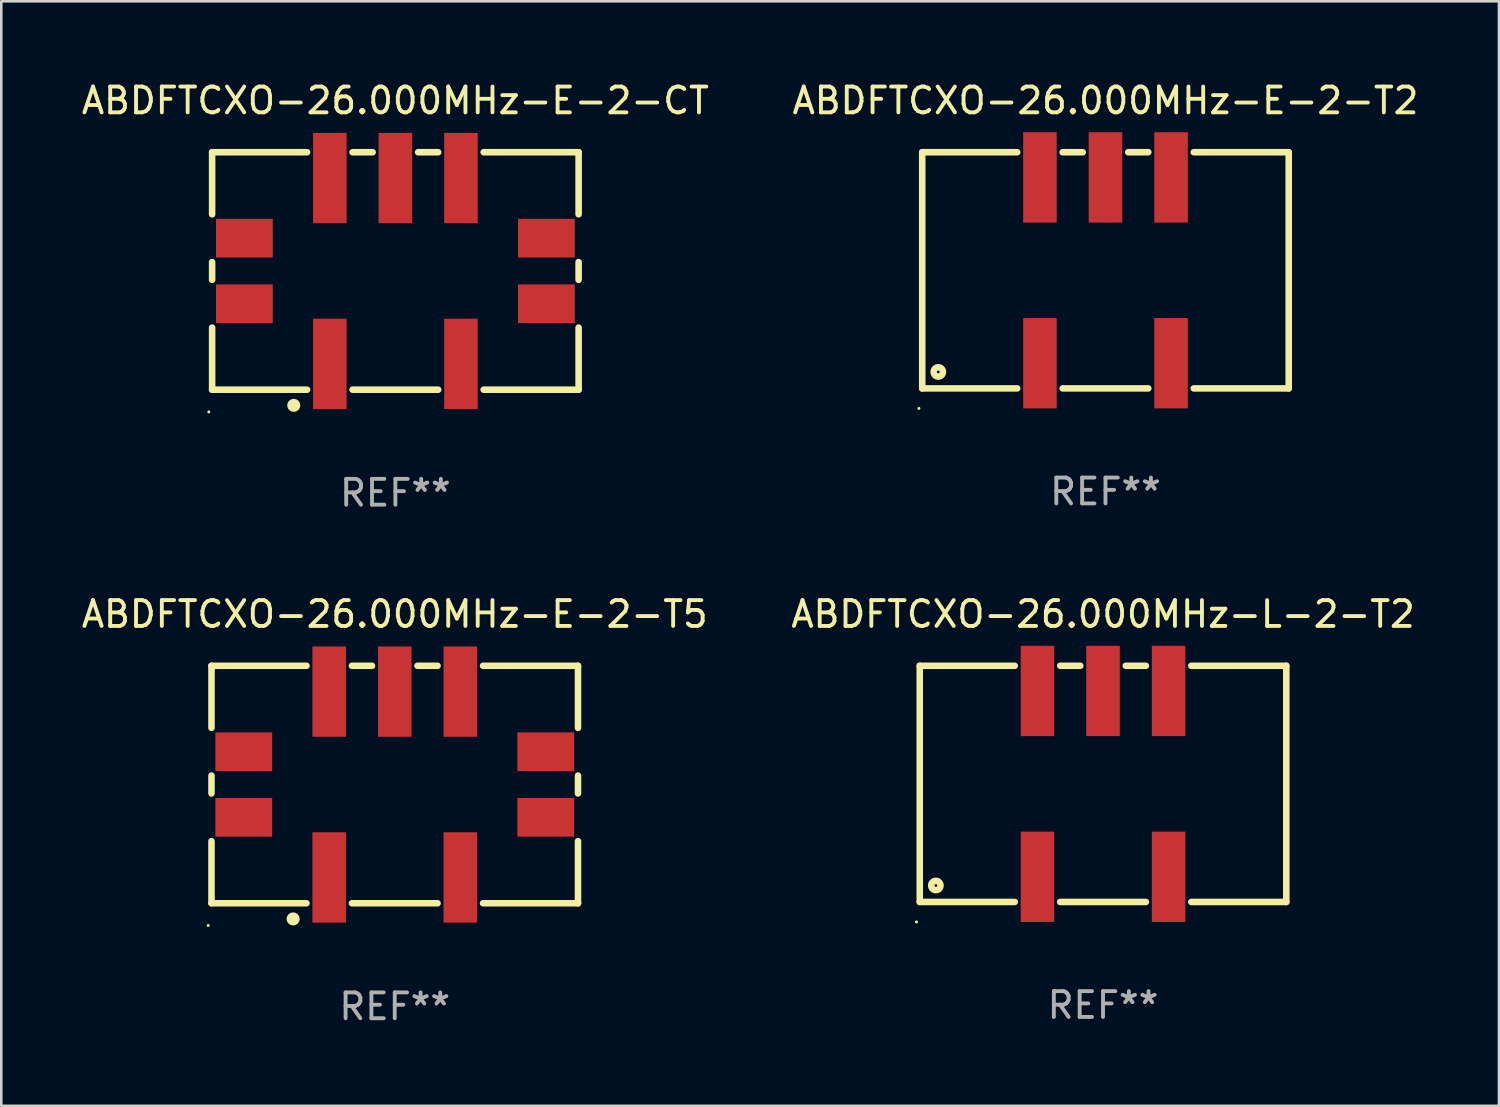
<source format=kicad_pcb>
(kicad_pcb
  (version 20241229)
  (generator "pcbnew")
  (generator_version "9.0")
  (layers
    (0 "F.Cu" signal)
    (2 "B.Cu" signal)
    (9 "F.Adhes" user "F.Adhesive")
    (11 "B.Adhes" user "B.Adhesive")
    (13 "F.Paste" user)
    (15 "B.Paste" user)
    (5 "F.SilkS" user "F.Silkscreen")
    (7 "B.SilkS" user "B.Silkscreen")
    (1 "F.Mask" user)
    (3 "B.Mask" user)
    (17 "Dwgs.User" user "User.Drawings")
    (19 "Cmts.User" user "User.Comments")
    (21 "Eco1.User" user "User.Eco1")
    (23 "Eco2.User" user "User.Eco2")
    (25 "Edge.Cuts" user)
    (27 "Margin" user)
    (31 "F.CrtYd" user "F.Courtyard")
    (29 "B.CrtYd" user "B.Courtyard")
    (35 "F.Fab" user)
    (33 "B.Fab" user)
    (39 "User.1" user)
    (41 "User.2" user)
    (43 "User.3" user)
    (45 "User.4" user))
  (footprint "ABDFTCXO-26.000MHz-E-2-CT"
    (layer "F.Cu")
    (at 12.268 7.448)
    (property "Reference" "ABDFTCXO-26.000MHz-E-2-CT" (at 0 -6.6 0) (layer "F.SilkS") (effects (font (size 1 1) (thickness 0.15))))
    (attr through_hole)
    (fp_line (start -7.1 -4.6) (end -7.1 -2.195) (stroke (width 0.254) (type solid)) (layer "F.SilkS"))
    (fp_line (start -7.1 -4.6) (end -3.421 -4.6) (stroke (width 0.254) (type solid)) (layer "F.SilkS"))
    (fp_line (start -7.1 -0.345) (end -7.1 0.345) (stroke (width 0.254) (type solid)) (layer "F.SilkS"))
    (fp_line (start -7.1 2.195) (end -7.1 4.6) (stroke (width 0.254) (type solid)) (layer "F.SilkS"))
    (fp_line (start -7.1 4.6) (end -3.421 4.6) (stroke (width 0.254) (type solid)) (layer "F.SilkS"))
    (fp_line (start -1.659 -4.6) (end -0.881 -4.6) (stroke (width 0.254) (type solid)) (layer "F.SilkS"))
    (fp_line (start -1.659 4.6) (end 1.659 4.6) (stroke (width 0.254) (type solid)) (layer "F.SilkS"))
    (fp_line (start 0.881 -4.6) (end 1.659 -4.6) (stroke (width 0.254) (type solid)) (layer "F.SilkS"))
    (fp_line (start 3.421 -4.6) (end 7.1 -4.6) (stroke (width 0.254) (type solid)) (layer "F.SilkS"))
    (fp_line (start 3.421 4.6) (end 7.1 4.6) (stroke (width 0.254) (type solid)) (layer "F.SilkS"))
    (fp_line (start 7.1 -4.6) (end 7.1 -2.195) (stroke (width 0.254) (type solid)) (layer "F.SilkS"))
    (fp_line (start 7.1 -0.345) (end 7.1 0.345) (stroke (width 0.254) (type solid)) (layer "F.SilkS"))
    (fp_line (start 7.1 2.195) (end 7.1 4.6) (stroke (width 0.254) (type solid)) (layer "F.SilkS"))
    (fp_circle (center -7.227 5.461) (end -7.197 5.461) (stroke (width 0.06) (type solid)) (fill no) (layer "F.SilkS"))
    (fp_circle (center -3.937 5.207) (end -3.81 5.207) (stroke (width 0.254) (type solid)) (fill no) (layer "F.SilkS"))
    (fp_text user "REF**" (at 0 8.6 0) (layer "F.Fab") (effects (font (size 1 1) (thickness 0.15))))
    (pad "1" smd rect (at -2.54 3.6) (size 1.3 3.5) (layers "F.Cu" "F.Mask" "F.Paste"))
    (pad "2" smd rect (at 2.54 3.6) (size 1.3 3.5) (layers "F.Cu" "F.Mask" "F.Paste"))
    (pad "3" smd rect (at 2.54 -3.6) (size 1.3 3.5) (layers "F.Cu" "F.Mask" "F.Paste"))
    (pad "4" smd rect (at 0 -3.6) (size 1.3 3.5) (layers "F.Cu" "F.Mask" "F.Paste"))
    (pad "5" smd rect (at -2.54 -3.6) (size 1.3 3.5) (layers "F.Cu" "F.Mask" "F.Paste"))
    (pad "6" smd rect (at 5.85 1.27 90) (size 1.5 2.2) (layers "F.Cu" "F.Mask" "F.Paste"))
    (pad "7" smd rect (at 5.85 -1.27 90) (size 1.5 2.2) (layers "F.Cu" "F.Mask" "F.Paste"))
    (pad "8" smd rect (at -5.85 -1.27 90) (size 1.5 2.2) (layers "F.Cu" "F.Mask" "F.Paste"))
    (pad "9" smd rect (at -5.85 1.27 90) (size 1.5 2.2) (layers "F.Cu" "F.Mask" "F.Paste")))
  (footprint "ABDFTCXO-26.000MHz-L-2-T2"
    (layer "F.Cu")
    (at 39.685 27.32)
    (property "Reference" "ABDFTCXO-26.000MHz-L-2-T2" (at 0 -6.575 0) (layer "F.SilkS") (effects (font (size 1 1) (thickness 0.15))))
    (attr through_hole)
    (fp_line (start -7.1 -4.575) (end -7.1 4.575) (stroke (width 0.254) (type solid)) (layer "F.SilkS"))
    (fp_line (start -7.1 -4.575) (end -3.421 -4.575) (stroke (width 0.254) (type solid)) (layer "F.SilkS"))
    (fp_line (start -7.1 4.575) (end -3.421 4.575) (stroke (width 0.254) (type solid)) (layer "F.SilkS"))
    (fp_line (start -1.659 -4.575) (end -0.881 -4.575) (stroke (width 0.254) (type solid)) (layer "F.SilkS"))
    (fp_line (start -1.659 4.575) (end 1.659 4.575) (stroke (width 0.254) (type solid)) (layer "F.SilkS"))
    (fp_line (start 0.881 -4.575) (end 1.659 -4.575) (stroke (width 0.254) (type solid)) (layer "F.SilkS"))
    (fp_line (start 3.421 -4.575) (end 7.1 -4.575) (stroke (width 0.254) (type solid)) (layer "F.SilkS"))
    (fp_line (start 3.421 4.575) (end 7.1 4.575) (stroke (width 0.254) (type solid)) (layer "F.SilkS"))
    (fp_line (start 7.1 -4.575) (end 7.1 4.575) (stroke (width 0.254) (type solid)) (layer "F.SilkS"))
    (fp_circle (center -7.227 5.35) (end -7.197 5.35) (stroke (width 0.06) (type solid)) (fill no) (layer "F.SilkS"))
    (fp_circle (center -6.477 3.937) (end -6.297 3.937) (stroke (width 0.254) (type solid)) (fill no) (layer "F.SilkS"))
    (fp_text user "REF**" (at 0 8.575 0) (layer "F.Fab") (effects (font (size 1 1) (thickness 0.15))))
    (pad "1" smd rect (at -2.54 3.6) (size 1.3 3.5) (layers "F.Cu" "F.Mask" "F.Paste"))
    (pad "2" smd rect (at 2.54 3.6) (size 1.3 3.5) (layers "F.Cu" "F.Mask" "F.Paste"))
    (pad "3" smd rect (at 2.54 -3.6) (size 1.3 3.5) (layers "F.Cu" "F.Mask" "F.Paste"))
    (pad "4" smd rect (at 0 -3.6) (size 1.3 3.5) (layers "F.Cu" "F.Mask" "F.Paste"))
    (pad "5" smd rect (at -2.54 -3.6) (size 1.3 3.5) (layers "F.Cu" "F.Mask" "F.Paste")))
  (footprint "ABDFTCXO-26.000MHz-E-2-T5"
    (layer "F.Cu")
    (at 12.244 27.345)
    (property "Reference" "ABDFTCXO-26.000MHz-E-2-T5" (at 0 -6.6 0) (layer "F.SilkS") (effects (font (size 1 1) (thickness 0.15))))
    (attr through_hole)
    (fp_line (start -7.1 -4.6) (end -7.1 -2.195) (stroke (width 0.254) (type solid)) (layer "F.SilkS"))
    (fp_line (start -7.1 -4.6) (end -3.421 -4.6) (stroke (width 0.254) (type solid)) (layer "F.SilkS"))
    (fp_line (start -7.1 -0.345) (end -7.1 0.345) (stroke (width 0.254) (type solid)) (layer "F.SilkS"))
    (fp_line (start -7.1 2.195) (end -7.1 4.6) (stroke (width 0.254) (type solid)) (layer "F.SilkS"))
    (fp_line (start -7.1 4.6) (end -3.421 4.6) (stroke (width 0.254) (type solid)) (layer "F.SilkS"))
    (fp_line (start -1.659 -4.6) (end -0.881 -4.6) (stroke (width 0.254) (type solid)) (layer "F.SilkS"))
    (fp_line (start -1.659 4.6) (end 1.659 4.6) (stroke (width 0.254) (type solid)) (layer "F.SilkS"))
    (fp_line (start 0.881 -4.6) (end 1.659 -4.6) (stroke (width 0.254) (type solid)) (layer "F.SilkS"))
    (fp_line (start 3.421 -4.6) (end 7.1 -4.6) (stroke (width 0.254) (type solid)) (layer "F.SilkS"))
    (fp_line (start 3.421 4.6) (end 7.1 4.6) (stroke (width 0.254) (type solid)) (layer "F.SilkS"))
    (fp_line (start 7.1 -4.6) (end 7.1 -2.195) (stroke (width 0.254) (type solid)) (layer "F.SilkS"))
    (fp_line (start 7.1 -0.345) (end 7.1 0.345) (stroke (width 0.254) (type solid)) (layer "F.SilkS"))
    (fp_line (start 7.1 2.195) (end 7.1 4.6) (stroke (width 0.254) (type solid)) (layer "F.SilkS"))
    (fp_circle (center -7.227 5.461) (end -7.197 5.461) (stroke (width 0.06) (type solid)) (fill no) (layer "F.SilkS"))
    (fp_circle (center -3.937 5.207) (end -3.81 5.207) (stroke (width 0.254) (type solid)) (fill no) (layer "F.SilkS"))
    (fp_text user "REF**" (at 0 8.6 0) (layer "F.Fab") (effects (font (size 1 1) (thickness 0.15))))
    (pad "1" smd rect (at -2.54 3.6) (size 1.3 3.5) (layers "F.Cu" "F.Mask" "F.Paste"))
    (pad "2" smd rect (at 2.54 3.6) (size 1.3 3.5) (layers "F.Cu" "F.Mask" "F.Paste"))
    (pad "3" smd rect (at 2.54 -3.6) (size 1.3 3.5) (layers "F.Cu" "F.Mask" "F.Paste"))
    (pad "4" smd rect (at 0 -3.6) (size 1.3 3.5) (layers "F.Cu" "F.Mask" "F.Paste"))
    (pad "5" smd rect (at -2.54 -3.6) (size 1.3 3.5) (layers "F.Cu" "F.Mask" "F.Paste"))
    (pad "6" smd rect (at 5.85 1.27 90) (size 1.5 2.2) (layers "F.Cu" "F.Mask" "F.Paste"))
    (pad "7" smd rect (at 5.85 -1.27 90) (size 1.5 2.2) (layers "F.Cu" "F.Mask" "F.Paste"))
    (pad "8" smd rect (at -5.85 -1.27 90) (size 1.5 2.2) (layers "F.Cu" "F.Mask" "F.Paste"))
    (pad "9" smd rect (at -5.85 1.27 90) (size 1.5 2.2) (layers "F.Cu" "F.Mask" "F.Paste")))
  (footprint "ABDFTCXO-26.000MHz-E-2-T2"
    (layer "F.Cu")
    (at 39.78 7.423)
    (property "Reference" "ABDFTCXO-26.000MHz-E-2-T2" (at 0 -6.575 0) (layer "F.SilkS") (effects (font (size 1 1) (thickness 0.15))))
    (attr through_hole)
    (fp_line (start -7.1 -4.575) (end -7.1 4.575) (stroke (width 0.254) (type solid)) (layer "F.SilkS"))
    (fp_line (start -7.1 -4.575) (end -3.421 -4.575) (stroke (width 0.254) (type solid)) (layer "F.SilkS"))
    (fp_line (start -7.1 4.575) (end -3.421 4.575) (stroke (width 0.254) (type solid)) (layer "F.SilkS"))
    (fp_line (start -1.659 -4.575) (end -0.881 -4.575) (stroke (width 0.254) (type solid)) (layer "F.SilkS"))
    (fp_line (start -1.659 4.575) (end 1.659 4.575) (stroke (width 0.254) (type solid)) (layer "F.SilkS"))
    (fp_line (start 0.881 -4.575) (end 1.659 -4.575) (stroke (width 0.254) (type solid)) (layer "F.SilkS"))
    (fp_line (start 3.421 -4.575) (end 7.1 -4.575) (stroke (width 0.254) (type solid)) (layer "F.SilkS"))
    (fp_line (start 3.421 4.575) (end 7.1 4.575) (stroke (width 0.254) (type solid)) (layer "F.SilkS"))
    (fp_line (start 7.1 -4.575) (end 7.1 4.575) (stroke (width 0.254) (type solid)) (layer "F.SilkS"))
    (fp_circle (center -7.227 5.35) (end -7.197 5.35) (stroke (width 0.06) (type solid)) (fill no) (layer "F.SilkS"))
    (fp_circle (center -6.477 3.937) (end -6.297 3.937) (stroke (width 0.254) (type solid)) (fill no) (layer "F.SilkS"))
    (fp_text user "REF**" (at 0 8.575 0) (layer "F.Fab") (effects (font (size 1 1) (thickness 0.15))))
    (pad "1" smd rect (at -2.54 3.6) (size 1.3 3.5) (layers "F.Cu" "F.Mask" "F.Paste"))
    (pad "2" smd rect (at 2.54 3.6) (size 1.3 3.5) (layers "F.Cu" "F.Mask" "F.Paste"))
    (pad "3" smd rect (at 2.54 -3.6) (size 1.3 3.5) (layers "F.Cu" "F.Mask" "F.Paste"))
    (pad "4" smd rect (at 0 -3.6) (size 1.3 3.5) (layers "F.Cu" "F.Mask" "F.Paste"))
    (pad "5" smd rect (at -2.54 -3.6) (size 1.3 3.5) (layers "F.Cu" "F.Mask" "F.Paste")))
  (gr_rect
    (start -3 -3)
    (end 55.024 39.793)
    (stroke (width 0.1) (type default))
    (fill no)
    (layer "Edge.Cuts")))
</source>
